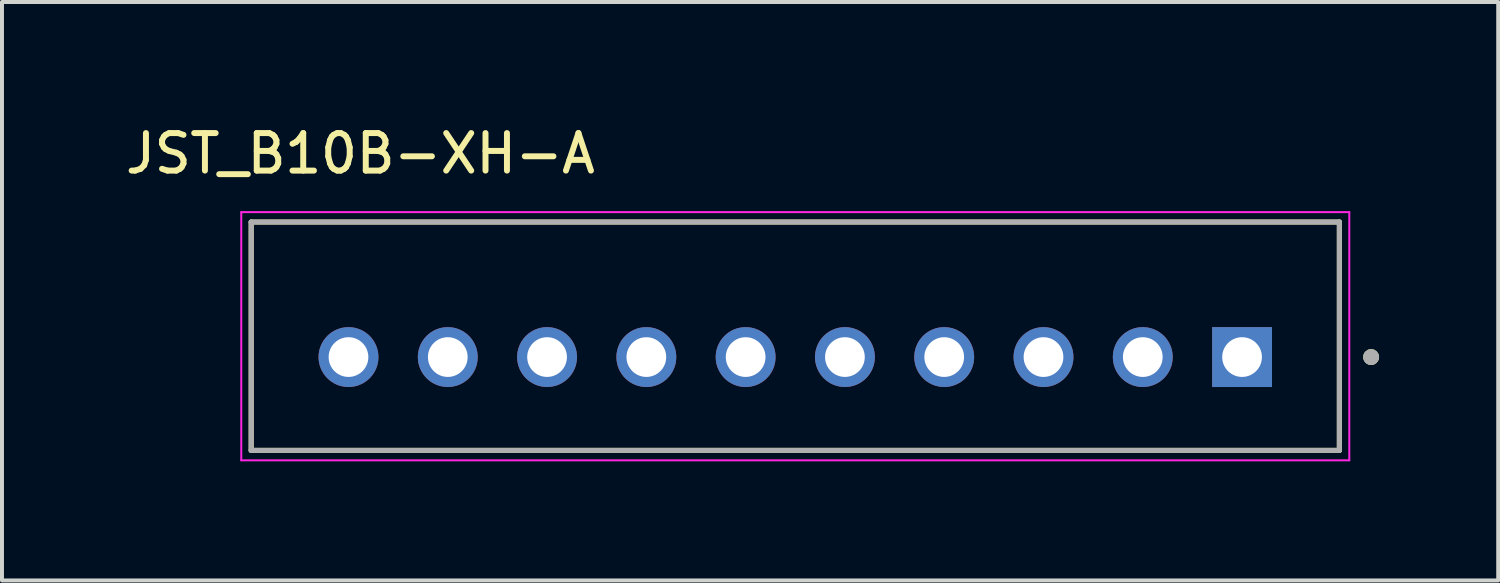
<source format=kicad_pcb>
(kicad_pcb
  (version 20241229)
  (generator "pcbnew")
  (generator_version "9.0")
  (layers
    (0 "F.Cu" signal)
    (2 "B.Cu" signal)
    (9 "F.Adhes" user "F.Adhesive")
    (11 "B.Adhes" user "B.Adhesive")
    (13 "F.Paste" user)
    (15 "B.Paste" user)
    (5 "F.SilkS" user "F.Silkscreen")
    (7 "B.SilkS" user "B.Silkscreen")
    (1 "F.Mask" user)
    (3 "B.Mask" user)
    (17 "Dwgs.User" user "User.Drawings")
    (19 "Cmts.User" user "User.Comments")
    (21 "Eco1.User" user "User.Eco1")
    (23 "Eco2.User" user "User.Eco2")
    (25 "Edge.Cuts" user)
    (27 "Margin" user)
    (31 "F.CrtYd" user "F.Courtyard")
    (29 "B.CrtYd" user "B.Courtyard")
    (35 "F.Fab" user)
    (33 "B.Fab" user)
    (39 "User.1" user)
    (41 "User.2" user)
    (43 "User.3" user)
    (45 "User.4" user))
  (footprint "JST_B10B-XH-A"
    (layer "F.Cu")
    (at 16.975 5.416)
    (property "Reference" "JST_B10B-XH-A" (at -10.95 -4.6 0) (layer "F.SilkS") (effects (font (size 0.945 0.945) (thickness 0.15))))
    (attr through_hole)
    (fp_line (start -13.7 -2.875) (end 13.7 -2.875) (stroke (width 0.127) (type solid)) (layer "F.SilkS"))
    (fp_line (start -13.7 2.875) (end -13.7 -2.875) (stroke (width 0.127) (type solid)) (layer "F.SilkS"))
    (fp_line (start 13.7 -2.875) (end 13.7 2.875) (stroke (width 0.127) (type solid)) (layer "F.SilkS"))
    (fp_line (start 13.7 2.875) (end -13.7 2.875) (stroke (width 0.127) (type solid)) (layer "F.SilkS"))
    (fp_circle (center 14.5 0.525) (end 14.6 0.525) (stroke (width 0.2) (type solid)) (fill no) (layer "F.SilkS"))
    (fp_line (start -13.95 -3.125) (end 13.95 -3.125) (stroke (width 0.05) (type solid)) (layer "F.CrtYd"))
    (fp_line (start -13.95 3.125) (end -13.95 -3.125) (stroke (width 0.05) (type solid)) (layer "F.CrtYd"))
    (fp_line (start 13.95 -3.125) (end 13.95 3.125) (stroke (width 0.05) (type solid)) (layer "F.CrtYd"))
    (fp_line (start 13.95 3.125) (end -13.95 3.125) (stroke (width 0.05) (type solid)) (layer "F.CrtYd"))
    (fp_line (start -13.7 -2.875) (end 13.7 -2.875) (stroke (width 0.127) (type solid)) (layer "F.Fab"))
    (fp_line (start -13.7 2.875) (end -13.7 -2.875) (stroke (width 0.127) (type solid)) (layer "F.Fab"))
    (fp_line (start 13.7 -2.875) (end 13.7 2.875) (stroke (width 0.127) (type solid)) (layer "F.Fab"))
    (fp_line (start 13.7 2.875) (end -13.7 2.875) (stroke (width 0.127) (type solid)) (layer "F.Fab"))
    (fp_circle (center 14.5 0.525) (end 14.6 0.525) (stroke (width 0.2) (type solid)) (fill no) (layer "F.Fab"))
    (pad "1" thru_hole rect (at 11.25 0.525) (size 1.508 1.508) (drill 1) (layers "*.Cu" "*.Mask"))
    (pad "2" thru_hole circle (at 8.75 0.525) (size 1.508 1.508) (drill 1) (layers "*.Cu" "*.Mask"))
    (pad "3" thru_hole circle (at 6.25 0.525) (size 1.508 1.508) (drill 1) (layers "*.Cu" "*.Mask"))
    (pad "4" thru_hole circle (at 3.75 0.525) (size 1.508 1.508) (drill 1) (layers "*.Cu" "*.Mask"))
    (pad "5" thru_hole circle (at 1.25 0.525) (size 1.508 1.508) (drill 1) (layers "*.Cu" "*.Mask"))
    (pad "6" thru_hole circle (at -1.25 0.525) (size 1.508 1.508) (drill 1) (layers "*.Cu" "*.Mask"))
    (pad "7" thru_hole circle (at -3.75 0.525) (size 1.508 1.508) (drill 1) (layers "*.Cu" "*.Mask"))
    (pad "8" thru_hole circle (at -6.25 0.525) (size 1.508 1.508) (drill 1) (layers "*.Cu" "*.Mask"))
    (pad "9" thru_hole circle (at -8.75 0.525) (size 1.508 1.508) (drill 1) (layers "*.Cu" "*.Mask"))
    (pad "10" thru_hole circle (at -11.25 0.525) (size 1.508 1.508) (drill 1) (layers "*.Cu" "*.Mask")))
  (gr_rect
    (start -3 -3)
    (end 34.675 11.566)
    (stroke (width 0.1) (type default))
    (fill no)
    (layer "Edge.Cuts")))
</source>
